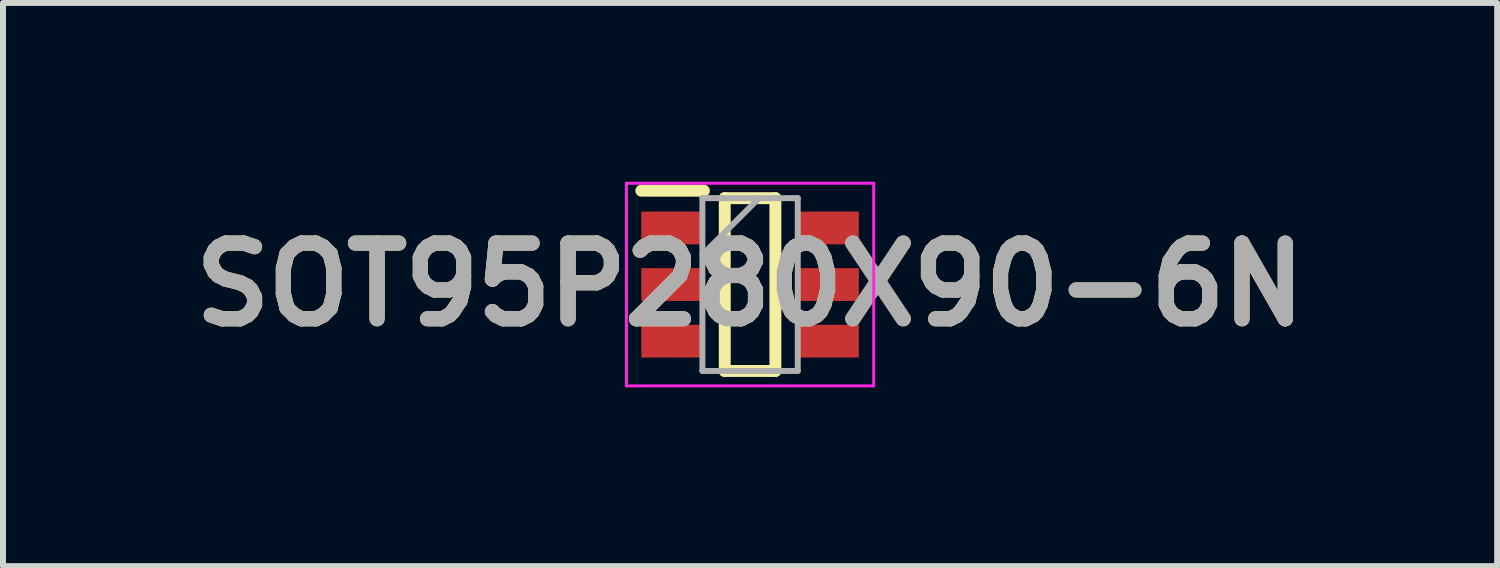
<source format=kicad_pcb>
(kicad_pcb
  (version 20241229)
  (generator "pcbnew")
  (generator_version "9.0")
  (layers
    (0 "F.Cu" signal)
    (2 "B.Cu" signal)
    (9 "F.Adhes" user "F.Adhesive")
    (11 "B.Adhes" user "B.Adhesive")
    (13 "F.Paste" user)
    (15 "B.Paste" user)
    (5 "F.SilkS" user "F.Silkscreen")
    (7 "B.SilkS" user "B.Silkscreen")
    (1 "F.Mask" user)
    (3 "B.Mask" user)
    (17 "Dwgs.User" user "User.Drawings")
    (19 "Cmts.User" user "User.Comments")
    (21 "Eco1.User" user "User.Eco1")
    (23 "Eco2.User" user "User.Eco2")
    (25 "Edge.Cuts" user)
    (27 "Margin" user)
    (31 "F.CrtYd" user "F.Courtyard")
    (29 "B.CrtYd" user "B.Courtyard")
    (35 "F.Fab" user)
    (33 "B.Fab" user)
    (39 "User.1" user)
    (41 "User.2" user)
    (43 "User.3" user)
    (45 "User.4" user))
  (footprint "SOT95P280X90-6N"
    (layer "F.Cu")
    (at 9.537 1.725)
    (property "Reference" "SOT95P280X90-6N" (at 0 0 0) (layer "F.SilkS") (effects (font (size 1.27 1.27) (thickness 0.254))))
    (attr smd)
    (fp_line (start -1.825 -1.575) (end -0.775 -1.575) (stroke (width 0.2) (type solid)) (layer "F.SilkS"))
    (fp_line (start -0.425 -1.45) (end 0.425 -1.45) (stroke (width 0.2) (type solid)) (layer "F.SilkS"))
    (fp_line (start -0.425 1.45) (end -0.425 -1.45) (stroke (width 0.2) (type solid)) (layer "F.SilkS"))
    (fp_line (start 0.425 -1.45) (end 0.425 1.45) (stroke (width 0.2) (type solid)) (layer "F.SilkS"))
    (fp_line (start 0.425 1.45) (end -0.425 1.45) (stroke (width 0.2) (type solid)) (layer "F.SilkS"))
    (fp_line (start -2.075 -1.7) (end 2.075 -1.7) (stroke (width 0.05) (type solid)) (layer "F.CrtYd"))
    (fp_line (start -2.075 1.7) (end -2.075 -1.7) (stroke (width 0.05) (type solid)) (layer "F.CrtYd"))
    (fp_line (start 2.075 -1.7) (end 2.075 1.7) (stroke (width 0.05) (type solid)) (layer "F.CrtYd"))
    (fp_line (start 2.075 1.7) (end -2.075 1.7) (stroke (width 0.05) (type solid)) (layer "F.CrtYd"))
    (fp_line (start -0.8 -1.45) (end 0.8 -1.45) (stroke (width 0.1) (type solid)) (layer "F.Fab"))
    (fp_line (start -0.8 -0.5) (end 0.15 -1.45) (stroke (width 0.1) (type solid)) (layer "F.Fab"))
    (fp_line (start -0.8 1.45) (end -0.8 -1.45) (stroke (width 0.1) (type solid)) (layer "F.Fab"))
    (fp_line (start 0.8 -1.45) (end 0.8 1.45) (stroke (width 0.1) (type solid)) (layer "F.Fab"))
    (fp_line (start 0.8 1.45) (end -0.8 1.45) (stroke (width 0.1) (type solid)) (layer "F.Fab"))
    (fp_text user "${REFERENCE}" (at 0 0 0) (layer "F.Fab") (effects (font (size 1.27 1.27) (thickness 0.254))))
    (pad "1" smd rect (at -1.3 -0.95 90) (size 0.55 1.05) (layers "F.Cu" "F.Mask" "F.Paste"))
    (pad "2" smd rect (at -1.3 0 90) (size 0.55 1.05) (layers "F.Cu" "F.Mask" "F.Paste"))
    (pad "3" smd rect (at -1.3 0.95 90) (size 0.55 1.05) (layers "F.Cu" "F.Mask" "F.Paste"))
    (pad "4" smd rect (at 1.3 0.95 90) (size 0.55 1.05) (layers "F.Cu" "F.Mask" "F.Paste"))
    (pad "5" smd rect (at 1.3 0 90) (size 0.55 1.05) (layers "F.Cu" "F.Mask" "F.Paste"))
    (pad "6" smd rect (at 1.3 -0.95 90) (size 0.55 1.05) (layers "F.Cu" "F.Mask" "F.Paste")))
  (gr_rect
    (start -3 -3)
    (end 22.074 6.45)
    (stroke (width 0.1) (type default))
    (fill no)
    (layer "Edge.Cuts")))
</source>
